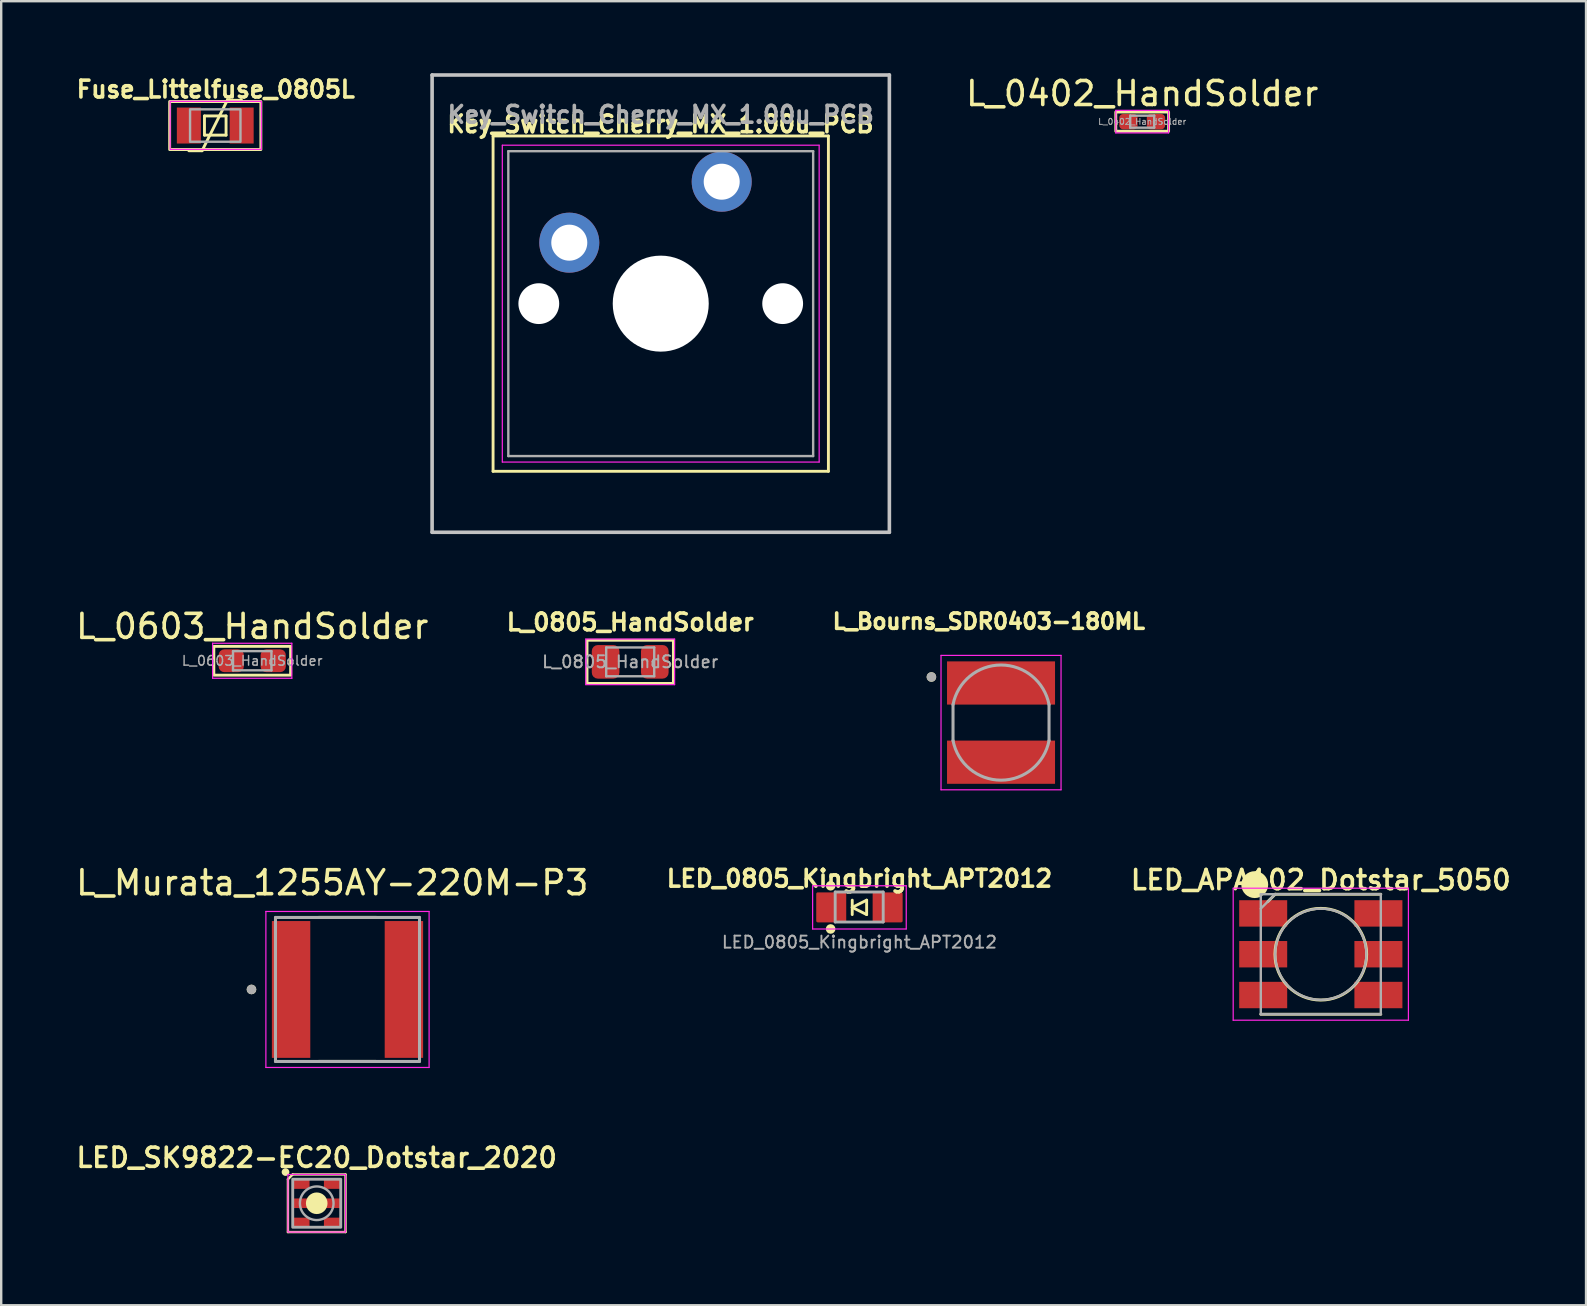
<source format=kicad_pcb>
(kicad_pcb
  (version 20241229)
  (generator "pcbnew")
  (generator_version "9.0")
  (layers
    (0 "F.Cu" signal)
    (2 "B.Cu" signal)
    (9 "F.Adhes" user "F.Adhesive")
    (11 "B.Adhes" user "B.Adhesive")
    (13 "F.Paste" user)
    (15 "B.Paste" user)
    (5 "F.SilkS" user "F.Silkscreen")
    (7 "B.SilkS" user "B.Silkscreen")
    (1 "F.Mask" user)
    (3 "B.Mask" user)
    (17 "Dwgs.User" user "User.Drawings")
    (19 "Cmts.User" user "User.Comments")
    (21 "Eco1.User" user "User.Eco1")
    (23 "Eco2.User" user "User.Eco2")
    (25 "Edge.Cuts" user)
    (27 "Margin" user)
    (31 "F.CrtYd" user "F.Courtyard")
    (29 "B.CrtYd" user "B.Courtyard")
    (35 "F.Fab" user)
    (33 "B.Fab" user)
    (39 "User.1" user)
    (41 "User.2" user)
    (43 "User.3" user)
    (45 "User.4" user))
  (footprint "LED_SK9822-EC20_Dotstar_2020"
    (layer "F.Cu")
    (at 10.145 47.079)
    (property "Reference" "LED_SK9822-EC20_Dotstar_2020" (at 0 -1.9 180) (layer "F.SilkS") (effects (font (size 0.8 0.8) (thickness 0.15))))
    (attr smd)
    (fp_line (start -1.2 -1) (end -1.2 1.2) (stroke (width 0.1) (type solid)) (layer "F.SilkS"))
    (fp_line (start -1 -1.2) (end -1.2 -1) (stroke (width 0.1) (type solid)) (layer "F.SilkS"))
    (fp_line (start -1 -1.2) (end 1.2 -1.2) (stroke (width 0.1) (type solid)) (layer "F.SilkS"))
    (fp_line (start 1.2 -1.2) (end 1.2 1.2) (stroke (width 0.1) (type solid)) (layer "F.SilkS"))
    (fp_line (start 1.2 1.2) (end -1.2 1.2) (stroke (width 0.1) (type solid)) (layer "F.SilkS"))
    (fp_circle (center -1.3 -1.3) (end -1.2 -1.3) (stroke (width 0.12) (type solid)) (fill yes) (layer "F.SilkS"))
    (fp_circle (center 0 0) (end 0.4 0) (stroke (width 0.1) (type solid)) (fill yes) (layer "F.SilkS"))
    (fp_rect (start -1.2 -1.2) (end 1.2 1.2) (stroke (width 0.05) (type default)) (fill no) (layer "F.CrtYd"))
    (fp_rect (start -1 -1) (end 1 1) (stroke (width 0.12) (type default)) (fill no) (layer "F.Fab"))
    (fp_circle (center 0 0) (end 0 -0.7) (stroke (width 0.1) (type solid)) (fill no) (layer "F.Fab"))
    (pad "1" smd rect (at -0.65 -0.8) (size 0.7 0.4) (layers "F.Cu" "F.Mask" "F.Paste"))
    (pad "2" smd rect (at -0.65 0) (size 0.7 0.4) (layers "F.Cu" "F.Mask" "F.Paste"))
    (pad "3" smd rect (at -0.65 0.8) (size 0.7 0.4) (layers "F.Cu" "F.Mask" "F.Paste"))
    (pad "4" smd rect (at 0.65 0.8) (size 0.7 0.4) (layers "F.Cu" "F.Mask" "F.Paste"))
    (pad "5" smd rect (at 0.65 0) (size 0.7 0.4) (layers "F.Cu" "F.Mask" "F.Paste"))
    (pad "6" smd rect (at 0.65 -0.8) (size 0.7 0.4) (layers "F.Cu" "F.Mask" "F.Paste")))
  (footprint "LED_0805_Kingbright_APT2012"
    (layer "F.Cu")
    (at 32.755 34.752)
    (property "Reference" "LED_0805_Kingbright_APT2012" (at 0 -1.2 0) (layer "F.SilkS") (effects (font (size 0.7 0.7) (thickness 0.15))))
    (attr smd)
    (fp_line (start -0.3 0) (end 0.3 -0.3) (stroke (width 0.12) (type solid)) (layer "F.SilkS"))
    (fp_line (start -0.3 0.3) (end -0.3 -0.3) (stroke (width 0.12) (type solid)) (layer "F.SilkS"))
    (fp_line (start 0.3 -0.3) (end 0.3 0.3) (stroke (width 0.12) (type solid)) (layer "F.SilkS"))
    (fp_line (start 0.3 0.3) (end -0.3 0) (stroke (width 0.12) (type solid)) (layer "F.SilkS"))
    (fp_circle (center -1.2 -0.9) (end -1.1 -0.9) (stroke (width 0.2) (type solid)) (fill no) (layer "F.SilkS"))
    (fp_circle (center -1.2 0.9) (end -1.1 0.9) (stroke (width 0.2) (type solid)) (fill no) (layer "F.SilkS"))
    (fp_line (start -1.95 -0.9) (end 1.95 -0.9) (stroke (width 0.05) (type solid)) (layer "F.CrtYd"))
    (fp_line (start -1.95 0.9) (end -1.95 -0.9) (stroke (width 0.05) (type solid)) (layer "F.CrtYd"))
    (fp_line (start 1.95 -0.9) (end 1.95 0.9) (stroke (width 0.05) (type solid)) (layer "F.CrtYd"))
    (fp_line (start 1.95 0.9) (end -1.95 0.9) (stroke (width 0.05) (type solid)) (layer "F.CrtYd"))
    (fp_line (start -1.01 -0.64) (end 0.99 -0.64) (stroke (width 0.12) (type solid)) (layer "F.Fab"))
    (fp_line (start -1.01 0.61) (end -1.01 -0.64) (stroke (width 0.12) (type solid)) (layer "F.Fab"))
    (fp_line (start 0.99 -0.64) (end 0.99 0.61) (stroke (width 0.12) (type solid)) (layer "F.Fab"))
    (fp_line (start 0.99 0.61) (end -1.01 0.61) (stroke (width 0.12) (type solid)) (layer "F.Fab"))
    (fp_text user "${REFERENCE}" (at 0 1.45 0) (layer "F.Fab") (effects (font (size 0.5 0.5) (thickness 0.08))))
    (pad "1" smd roundrect (at -1.175 0) (size 1.25 1.25) (layers "F.Cu" "F.Mask" "F.Paste") (roundrect_rratio 0.05))
    (pad "2" smd roundrect (at 1.175 0) (size 1.25 1.25) (layers "F.Cu" "F.Mask" "F.Paste") (roundrect_rratio 0.05)))
  (footprint "L_0402_HandSolder"
    (layer "F.Cu")
    (at 44.535 2.018)
    (property "Reference" "L_0402_HandSolder" (at 0 -1.17 0) (layer "F.SilkS") (effects (font (size 1 1) (thickness 0.15))))
    (attr smd)
    (fp_rect (start -1.1 -0.4) (end 1.1 0.4) (stroke (width 0.12) (type solid)) (fill no) (layer "F.SilkS"))
    (fp_line (start -1.1 -0.47) (end 1.1 -0.47) (stroke (width 0.05) (type solid)) (layer "F.CrtYd"))
    (fp_line (start -1.1 0.47) (end -1.1 -0.47) (stroke (width 0.05) (type solid)) (layer "F.CrtYd"))
    (fp_line (start 1.1 -0.47) (end 1.1 0.47) (stroke (width 0.05) (type solid)) (layer "F.CrtYd"))
    (fp_line (start 1.1 0.47) (end -1.1 0.47) (stroke (width 0.05) (type solid)) (layer "F.CrtYd"))
    (fp_line (start -0.5 -0.25) (end 0.5 -0.25) (stroke (width 0.1) (type solid)) (layer "F.Fab"))
    (fp_line (start -0.5 0.25) (end -0.5 -0.25) (stroke (width 0.1) (type solid)) (layer "F.Fab"))
    (fp_line (start 0.5 -0.25) (end 0.5 0.25) (stroke (width 0.1) (type solid)) (layer "F.Fab"))
    (fp_line (start 0.5 0.25) (end -0.5 0.25) (stroke (width 0.1) (type solid)) (layer "F.Fab"))
    (fp_text user "${REFERENCE}" (at 0 0 0) (layer "F.Fab") (effects (font (size 0.25 0.25) (thickness 0.04))))
    (pad "1" smd roundrect (at -0.573 0) (size 0.765 0.64) (layers "F.Cu" "F.Mask" "F.Paste") (roundrect_rratio 0.25))
    (pad "2" smd roundrect (at 0.573 0) (size 0.765 0.64) (layers "F.Cu" "F.Mask" "F.Paste") (roundrect_rratio 0.25)))
  (footprint "L_0603_HandSolder"
    (layer "F.Cu")
    (at 7.458 24.478)
    (property "Reference" "L_0603_HandSolder" (at 0 -1.43 0) (layer "F.SilkS") (effects (font (size 1 1) (thickness 0.15))))
    (attr smd)
    (fp_rect (start -1.6 -0.6) (end 1.6 0.6) (stroke (width 0.12) (type solid)) (fill no) (layer "F.SilkS"))
    (fp_line (start -1.65 -0.73) (end 1.65 -0.73) (stroke (width 0.05) (type solid)) (layer "F.CrtYd"))
    (fp_line (start -1.65 0.73) (end -1.65 -0.73) (stroke (width 0.05) (type solid)) (layer "F.CrtYd"))
    (fp_line (start 1.65 -0.73) (end 1.65 0.73) (stroke (width 0.05) (type solid)) (layer "F.CrtYd"))
    (fp_line (start 1.65 0.73) (end -1.65 0.73) (stroke (width 0.05) (type solid)) (layer "F.CrtYd"))
    (fp_line (start -0.8 -0.4) (end 0.8 -0.4) (stroke (width 0.1) (type solid)) (layer "F.Fab"))
    (fp_line (start -0.8 0.4) (end -0.8 -0.4) (stroke (width 0.1) (type solid)) (layer "F.Fab"))
    (fp_line (start 0.8 -0.4) (end 0.8 0.4) (stroke (width 0.1) (type solid)) (layer "F.Fab"))
    (fp_line (start 0.8 0.4) (end -0.8 0.4) (stroke (width 0.1) (type solid)) (layer "F.Fab"))
    (fp_text user "${REFERENCE}" (at 0 0 0) (layer "F.Fab") (effects (font (size 0.4 0.4) (thickness 0.06))))
    (pad "1" smd roundrect (at -0.875 0) (size 1.05 0.95) (layers "F.Cu" "F.Mask" "F.Paste") (roundrect_rratio 0.25))
    (pad "2" smd roundrect (at 0.875 0) (size 1.05 0.95) (layers "F.Cu" "F.Mask" "F.Paste") (roundrect_rratio 0.25)))
  (footprint "L_Bourns_SDR0403-180ML"
    (layer "F.Cu")
    (at 38.654 27.054)
    (property "Reference" "L_Bourns_SDR0403-180ML" (at -0.508 -4.216 0) (layer "F.SilkS") (effects (font (size 0.64 0.64) (thickness 0.15))))
    (attr through_hole)
    (fp_circle (center -2.9 -1.9) (end -2.8 -1.9) (stroke (width 0.2) (type solid)) (fill no) (layer "F.SilkS"))
    (fp_line (start -2.5 -2.8) (end 2.5 -2.8) (stroke (width 0.05) (type solid)) (layer "F.CrtYd"))
    (fp_line (start -2.5 2.8) (end -2.5 -2.8) (stroke (width 0.05) (type solid)) (layer "F.CrtYd"))
    (fp_line (start 2.5 -2.8) (end 2.5 2.8) (stroke (width 0.05) (type solid)) (layer "F.CrtYd"))
    (fp_line (start 2.5 2.8) (end -2.5 2.8) (stroke (width 0.05) (type solid)) (layer "F.CrtYd"))
    (fp_line (start -2 -0.75) (end -2 0.75) (stroke (width 0.127) (type solid)) (layer "F.Fab"))
    (fp_line (start 2 -0.75) (end 2 0.75) (stroke (width 0.127) (type solid)) (layer "F.Fab"))
    (fp_arc (start -2 -0.749999) (mid 0 -2.398672) (end 2 -0.75) (stroke (width 0.127) (type solid)) (layer "F.Fab"))
    (fp_arc (start 2 0.749999) (mid 0 2.398672) (end -2 0.75) (stroke (width 0.127) (type solid)) (layer "F.Fab"))
    (fp_circle (center -2.9 -1.9) (end -2.8 -1.9) (stroke (width 0.2) (type solid)) (fill no) (layer "F.Fab"))
    (pad "1" smd rect (at 0 -1.65) (size 4.5 1.8) (layers "F.Cu" "F.Mask" "F.Paste"))
    (pad "2" smd rect (at 0 1.65) (size 4.5 1.8) (layers "F.Cu" "F.Mask" "F.Paste")))
  (footprint "Key_Switch_Cherry_MX_1.00u_PCB"
    (layer "F.Cu")
    (at 27.017 4.52)
    (property "Reference" "Key_Switch_Cherry_MX_1.00u_PCB" (at -2.55 -2.4 0) (layer "F.SilkS") (effects (font (size 0.7 0.7) (thickness 0.15))))
    (attr through_hole)
    (fp_line (start -9.525 -1.905) (end 4.445 -1.905) (stroke (width 0.12) (type solid)) (layer "F.SilkS"))
    (fp_line (start -9.525 12.065) (end -9.525 -1.905) (stroke (width 0.12) (type solid)) (layer "F.SilkS"))
    (fp_line (start 4.445 -1.905) (end 4.445 12.065) (stroke (width 0.12) (type solid)) (layer "F.SilkS"))
    (fp_line (start 4.445 12.065) (end -9.525 12.065) (stroke (width 0.12) (type solid)) (layer "F.SilkS"))
    (fp_line (start -12.065 -4.445) (end 6.985 -4.445) (stroke (width 0.15) (type solid)) (layer "Dwgs.User"))
    (fp_line (start -12.065 14.605) (end -12.065 -4.445) (stroke (width 0.15) (type solid)) (layer "Dwgs.User"))
    (fp_line (start 6.985 -4.445) (end 6.985 14.605) (stroke (width 0.15) (type solid)) (layer "Dwgs.User"))
    (fp_line (start 6.985 14.605) (end -12.065 14.605) (stroke (width 0.15) (type solid)) (layer "Dwgs.User"))
    (fp_line (start -9.14 -1.52) (end 4.06 -1.52) (stroke (width 0.05) (type solid)) (layer "F.CrtYd"))
    (fp_line (start -9.14 11.68) (end -9.14 -1.52) (stroke (width 0.05) (type solid)) (layer "F.CrtYd"))
    (fp_line (start 4.06 -1.52) (end 4.06 11.68) (stroke (width 0.05) (type solid)) (layer "F.CrtYd"))
    (fp_line (start 4.06 11.68) (end -9.14 11.68) (stroke (width 0.05) (type solid)) (layer "F.CrtYd"))
    (fp_line (start -8.89 -1.27) (end 3.81 -1.27) (stroke (width 0.1) (type solid)) (layer "F.Fab"))
    (fp_line (start -8.89 11.43) (end -8.89 -1.27) (stroke (width 0.1) (type solid)) (layer "F.Fab"))
    (fp_line (start 3.81 -1.27) (end 3.81 11.43) (stroke (width 0.1) (type solid)) (layer "F.Fab"))
    (fp_line (start 3.81 11.43) (end -8.89 11.43) (stroke (width 0.1) (type solid)) (layer "F.Fab"))
    (fp_text user "${REFERENCE}" (at -2.54 -2.794 0) (layer "F.Fab") (effects (font (size 0.7 0.7) (thickness 0.15))))
    (pad "" np_thru_hole circle (at -7.62 5.08) (size 1.7 1.7) (drill 1.7) (layers "*.Cu" "*.Mask"))
    (pad "" np_thru_hole circle (at -2.54 5.08) (size 4 4) (drill 4) (layers "*.Cu" "*.Mask"))
    (pad "" np_thru_hole circle (at 2.54 5.08) (size 1.7 1.7) (drill 1.7) (layers "*.Cu" "*.Mask"))
    (pad "1" thru_hole circle (at 0 0) (size 2.5 2.5) (drill 1.5) (layers "*.Cu" "*.Mask"))
    (pad "2" thru_hole circle (at -6.35 2.54) (size 2.5 2.5) (drill 1.5) (layers "*.Cu" "*.Mask")))
  (footprint "L_0805_HandSolder"
    (layer "F.Cu")
    (at 23.205 24.523)
    (property "Reference" "L_0805_HandSolder" (at 0 -1.65 0) (layer "F.SilkS") (effects (font (size 0.7 0.7) (thickness 0.15))))
    (attr smd)
    (fp_rect (start -1.8 -0.9) (end 1.8 0.9) (stroke (width 0.12) (type solid)) (fill no) (layer "F.SilkS"))
    (fp_line (start -1.85 -0.95) (end 1.85 -0.95) (stroke (width 0.05) (type solid)) (layer "F.CrtYd"))
    (fp_line (start -1.85 0.95) (end -1.85 -0.95) (stroke (width 0.05) (type solid)) (layer "F.CrtYd"))
    (fp_line (start 1.85 -0.95) (end 1.85 0.95) (stroke (width 0.05) (type solid)) (layer "F.CrtYd"))
    (fp_line (start 1.85 0.95) (end -1.85 0.95) (stroke (width 0.05) (type solid)) (layer "F.CrtYd"))
    (fp_line (start -1 -0.6) (end 1 -0.6) (stroke (width 0.1) (type solid)) (layer "F.Fab"))
    (fp_line (start -1 0.6) (end -1 -0.6) (stroke (width 0.1) (type solid)) (layer "F.Fab"))
    (fp_line (start 1 -0.6) (end 1 0.6) (stroke (width 0.1) (type solid)) (layer "F.Fab"))
    (fp_line (start 1 0.6) (end -1 0.6) (stroke (width 0.1) (type solid)) (layer "F.Fab"))
    (fp_text user "${REFERENCE}" (at 0 0 0) (layer "F.Fab") (effects (font (size 0.5 0.5) (thickness 0.08))))
    (pad "1" smd roundrect (at -1.025 0) (size 1.15 1.4) (layers "F.Cu" "F.Mask" "F.Paste") (roundrect_rratio 0.217))
    (pad "2" smd roundrect (at 1.025 0) (size 1.15 1.4) (layers "F.Cu" "F.Mask" "F.Paste") (roundrect_rratio 0.217)))
  (footprint "Fuse_Littelfuse_0805L"
    (layer "F.Cu")
    (at 5.918 2.18)
    (property "Reference" "Fuse_Littelfuse_0805L" (at 0.02 -1.507 0) (layer "F.SilkS") (effects (font (size 0.7 0.7) (thickness 0.15))))
    (attr smd)
    (fp_line (start -0.55 1.05) (end -1.1 1.05) (stroke (width 0.12) (type solid)) (layer "F.SilkS"))
    (fp_line (start -0.55 1.05) (end 0.5 -1.05) (stroke (width 0.12) (type solid)) (layer "F.SilkS"))
    (fp_line (start -0.45 -0.4) (end 0.45 -0.4) (stroke (width 0.12) (type solid)) (layer "F.SilkS"))
    (fp_line (start -0.45 0.4) (end -0.45 -0.4) (stroke (width 0.12) (type solid)) (layer "F.SilkS"))
    (fp_line (start 0.45 -0.4) (end 0.45 0.4) (stroke (width 0.12) (type solid)) (layer "F.SilkS"))
    (fp_line (start 0.45 0.4) (end -0.45 0.4) (stroke (width 0.12) (type solid)) (layer "F.SilkS"))
    (fp_line (start 0.5 -1.05) (end 1.1 -1.05) (stroke (width 0.12) (type solid)) (layer "F.SilkS"))
    (fp_rect (start -1.9 -1) (end 1.9 1) (stroke (width 0.12) (type solid)) (fill no) (layer "F.SilkS"))
    (fp_rect (start -1.88 -1.007) (end 1.92 0.993) (stroke (width 0.05) (type solid)) (fill no) (layer "F.CrtYd"))
    (fp_poly (pts (xy 1.05 0.675) (xy -1.05 0.675) (xy -1.05 -0.675) (xy 1.05 -0.675)) (stroke (width 0.1) (type solid)) (fill no) (layer "F.Fab"))
    (pad "1" smd rect (at -1.1 0) (size 1 1.5) (layers "F.Cu" "F.Mask" "F.Paste"))
    (pad "2" smd rect (at 1.1 0) (size 1 1.5) (layers "F.Cu" "F.Mask" "F.Paste")))
  (footprint "L_Murata_1255AY-220M-P3"
    (layer "F.Cu")
    (at 11.427 38.172)
    (property "Reference" "L_Murata_1255AY-220M-P3" (at -0.635 -4.445 0) (layer "F.SilkS") (effects (font (size 1 1) (thickness 0.15))))
    (attr through_hole)
    (fp_line (start -1.2 -3) (end 1.2 -3) (stroke (width 0.127) (type solid)) (layer "F.SilkS"))
    (fp_line (start -1.2 3) (end 1.2 3) (stroke (width 0.127) (type solid)) (layer "F.SilkS"))
    (fp_circle (center -4 0) (end -3.9 0) (stroke (width 0.2) (type solid)) (fill no) (layer "F.SilkS"))
    (fp_line (start -3.4 -3.25) (end 3.4 -3.25) (stroke (width 0.05) (type solid)) (layer "F.CrtYd"))
    (fp_line (start -3.4 3.25) (end -3.4 -3.25) (stroke (width 0.05) (type solid)) (layer "F.CrtYd"))
    (fp_line (start 3.4 -3.25) (end 3.4 3.25) (stroke (width 0.05) (type solid)) (layer "F.CrtYd"))
    (fp_line (start 3.4 3.25) (end -3.4 3.25) (stroke (width 0.05) (type solid)) (layer "F.CrtYd"))
    (fp_line (start -3 -3) (end 3 -3) (stroke (width 0.127) (type solid)) (layer "F.Fab"))
    (fp_line (start -3 3) (end -3 -3) (stroke (width 0.127) (type solid)) (layer "F.Fab"))
    (fp_line (start 3 -3) (end 3 3) (stroke (width 0.127) (type solid)) (layer "F.Fab"))
    (fp_line (start 3 3) (end -3 3) (stroke (width 0.127) (type solid)) (layer "F.Fab"))
    (fp_circle (center -4 0) (end -3.9 0) (stroke (width 0.2) (type solid)) (fill no) (layer "F.Fab"))
    (pad "1" smd rect (at -2.35 0 90) (size 5.7 1.6) (layers "F.Cu" "F.Mask" "F.Paste"))
    (pad "2" smd rect (at 2.35 0 90) (size 5.7 1.6) (layers "F.Cu" "F.Mask" "F.Paste")))
  (footprint "LED_APA102_Dotstar_5050"
    (layer "F.Cu")
    (at 51.976 36.704)
    (property "Reference" "LED_APA102_Dotstar_5050" (at 0 -3.094 180) (layer "F.SilkS") (effects (font (size 0.8 0.8) (thickness 0.15))))
    (attr smd)
    (fp_line (start -1.9 -2.5) (end -2.2 -2.2) (stroke (width 0.12) (type solid)) (layer "F.SilkS"))
    (fp_line (start -1.9 -2.5) (end 2.5 -2.5) (stroke (width 0.12) (type solid)) (layer "F.SilkS"))
    (fp_line (start 2.5 2.5) (end -2.5 2.5) (stroke (width 0.12) (type solid)) (layer "F.SilkS"))
    (fp_circle (center -2.752 -2.9) (end -2.252 -2.9) (stroke (width 0.12) (type solid)) (fill yes) (layer "F.SilkS"))
    (fp_circle (center 0 0) (end 1.4 1.3) (stroke (width 0.12) (type solid)) (fill no) (layer "F.SilkS"))
    (fp_line (start -3.65 -2.75) (end -3.65 2.75) (stroke (width 0.05) (type solid)) (layer "F.CrtYd"))
    (fp_line (start -3.65 2.75) (end 3.65 2.75) (stroke (width 0.05) (type solid)) (layer "F.CrtYd"))
    (fp_line (start 3.65 -2.75) (end -3.65 -2.75) (stroke (width 0.05) (type solid)) (layer "F.CrtYd"))
    (fp_line (start 3.65 2.75) (end 3.65 -2.75) (stroke (width 0.05) (type solid)) (layer "F.CrtYd"))
    (fp_line (start -2.5 -2.5) (end -2.5 2.5) (stroke (width 0.1) (type solid)) (layer "F.Fab"))
    (fp_line (start -2.5 -1.9) (end -1.9 -2.5) (stroke (width 0.1) (type solid)) (layer "F.Fab"))
    (fp_line (start -2.5 2.5) (end 2.5 2.5) (stroke (width 0.1) (type solid)) (layer "F.Fab"))
    (fp_line (start 2.5 -2.5) (end -2.5 -2.5) (stroke (width 0.1) (type solid)) (layer "F.Fab"))
    (fp_line (start 2.5 2.5) (end 2.5 -2.5) (stroke (width 0.1) (type solid)) (layer "F.Fab"))
    (fp_circle (center 0 0) (end 0 -1.9) (stroke (width 0.1) (type solid)) (fill no) (layer "F.Fab"))
    (pad "1" smd rect (at -2.4 -1.7 90) (size 1.1 2) (layers "F.Cu" "F.Mask" "F.Paste"))
    (pad "2" smd rect (at -2.4 0 90) (size 1.1 2) (layers "F.Cu" "F.Mask" "F.Paste"))
    (pad "3" smd rect (at -2.4 1.7 90) (size 1.1 2) (layers "F.Cu" "F.Mask" "F.Paste"))
    (pad "4" smd rect (at 2.4 1.7 90) (size 1.1 2) (layers "F.Cu" "F.Mask" "F.Paste"))
    (pad "5" smd rect (at 2.4 0 90) (size 1.1 2) (layers "F.Cu" "F.Mask" "F.Paste"))
    (pad "6" smd rect (at 2.4 -1.7 90) (size 1.1 2) (layers "F.Cu" "F.Mask" "F.Paste")))
  (gr_rect
    (start -3 -3)
    (end 63.026 51.329)
    (stroke (width 0.1) (type default))
    (fill no)
    (layer "Edge.Cuts")))
</source>
